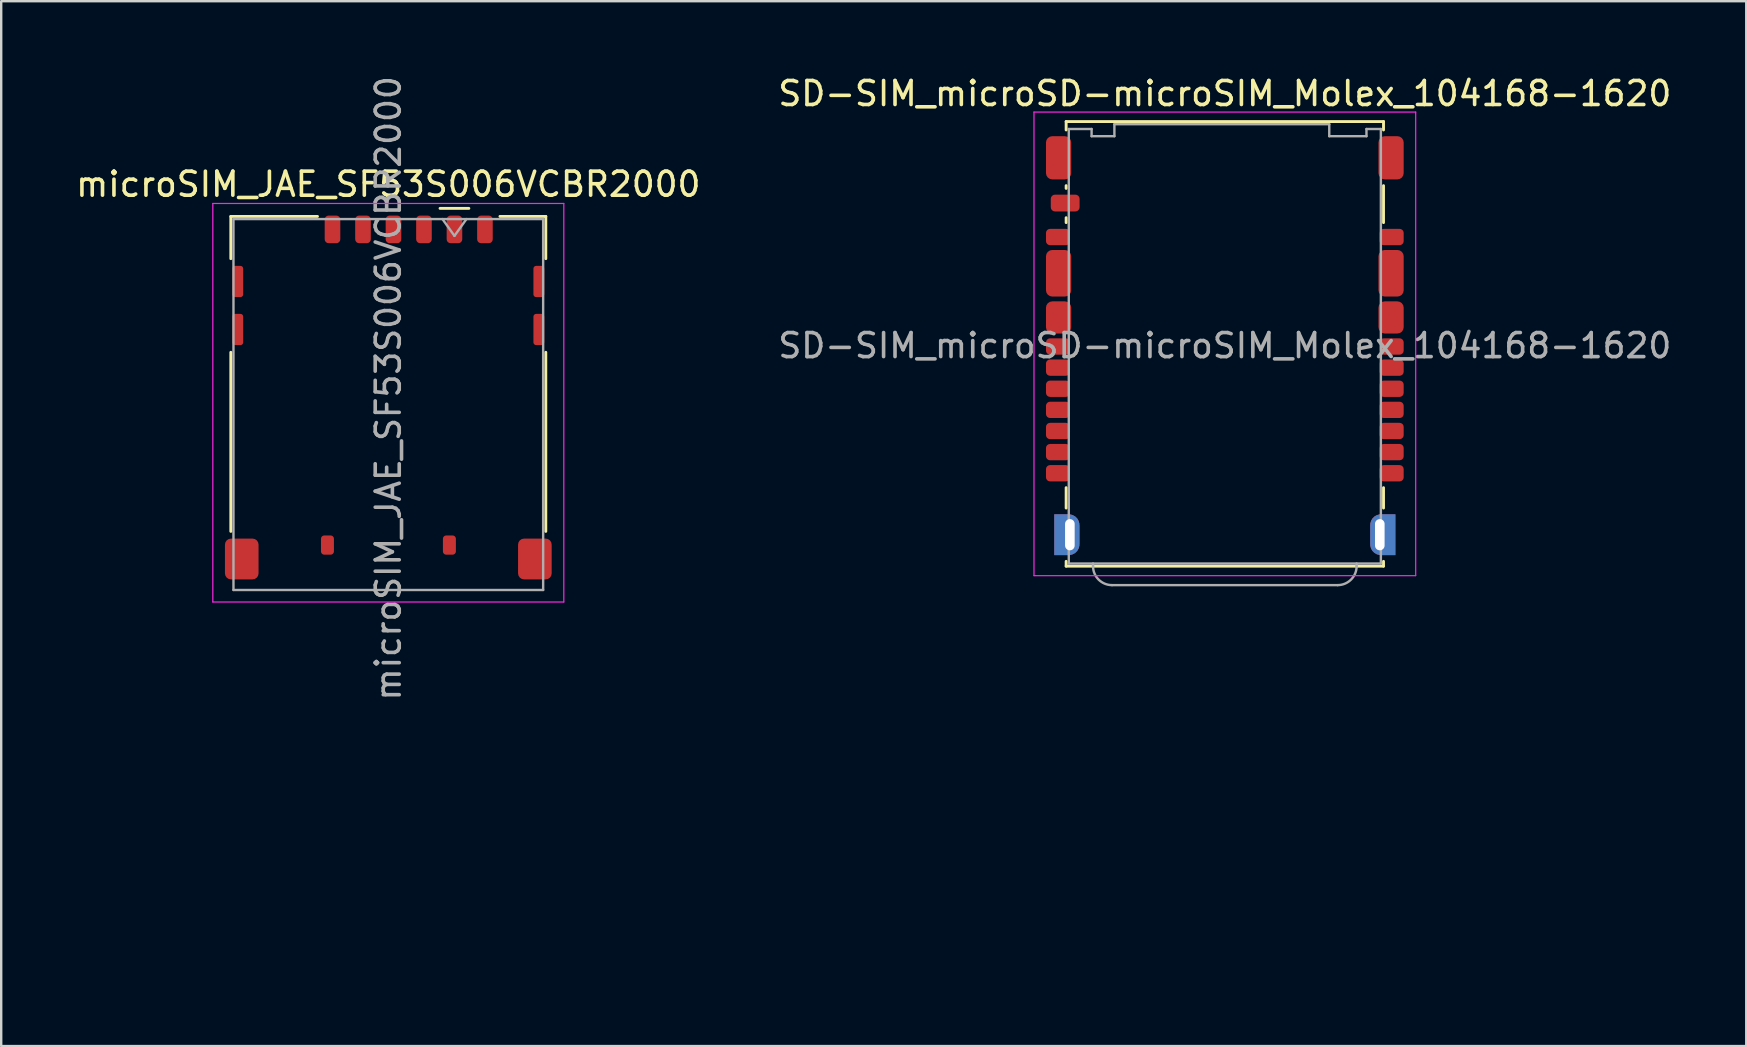
<source format=kicad_pcb>
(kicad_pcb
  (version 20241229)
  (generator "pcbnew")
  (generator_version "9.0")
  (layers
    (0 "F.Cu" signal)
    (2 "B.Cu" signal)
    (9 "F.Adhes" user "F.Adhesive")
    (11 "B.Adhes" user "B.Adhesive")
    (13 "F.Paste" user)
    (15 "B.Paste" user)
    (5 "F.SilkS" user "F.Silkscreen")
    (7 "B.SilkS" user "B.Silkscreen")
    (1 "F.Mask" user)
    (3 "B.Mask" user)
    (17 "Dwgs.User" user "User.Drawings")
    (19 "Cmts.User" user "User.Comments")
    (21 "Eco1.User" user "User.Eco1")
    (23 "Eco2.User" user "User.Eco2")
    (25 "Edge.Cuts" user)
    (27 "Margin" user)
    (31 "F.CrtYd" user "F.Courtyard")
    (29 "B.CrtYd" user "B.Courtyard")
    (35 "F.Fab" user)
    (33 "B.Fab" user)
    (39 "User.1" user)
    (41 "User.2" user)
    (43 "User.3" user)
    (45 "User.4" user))
  (footprint "SD-SIM_microSD-microSIM_Molex_104168-1620"
    (layer "F.Cu")
    (at 47.97 11.348)
    (property "Reference" "SD-SIM_microSD-microSIM_Molex_104168-1620" (at 0 -10.5 0) (layer "F.SilkS") (effects (font (size 1 1) (thickness 0.15))))
    (attr smd)
    (fp_line (start -6.61 -9.335) (end 6.61 -9.335) (stroke (width 0.12) (type solid)) (layer "F.SilkS"))
    (fp_line (start -6.61 -8.985) (end -6.61 -9.335) (stroke (width 0.12) (type solid)) (layer "F.SilkS"))
    (fp_line (start -6.61 -6.665) (end -6.61 -6.55) (stroke (width 0.12) (type solid)) (layer "F.SilkS"))
    (fp_line (start -6.61 -5.33) (end -6.61 -5.125) (stroke (width 0.12) (type solid)) (layer "F.SilkS"))
    (fp_line (start -6.61 5.915) (end -6.61 6.765) (stroke (width 0.12) (type solid)) (layer "F.SilkS"))
    (fp_line (start -6.61 8.985) (end -6.61 9.185) (stroke (width 0.12) (type solid)) (layer "F.SilkS"))
    (fp_line (start -6.61 9.185) (end 6.61 9.185) (stroke (width 0.12) (type solid)) (layer "F.SilkS"))
    (fp_line (start 6.61 -8.985) (end 6.61 -9.335) (stroke (width 0.12) (type solid)) (layer "F.SilkS"))
    (fp_line (start 6.61 -6.665) (end 6.61 -5.125) (stroke (width 0.12) (type solid)) (layer "F.SilkS"))
    (fp_line (start 6.61 5.915) (end 6.61 6.765) (stroke (width 0.12) (type solid)) (layer "F.SilkS"))
    (fp_line (start 6.61 8.985) (end 6.61 9.185) (stroke (width 0.12) (type solid)) (layer "F.SilkS"))
    (fp_line (start -7.95 -9.73) (end -7.95 9.58) (stroke (width 0.05) (type solid)) (layer "F.CrtYd"))
    (fp_line (start -7.95 -9.73) (end 7.95 -9.73) (stroke (width 0.05) (type solid)) (layer "F.CrtYd"))
    (fp_line (start -7.95 9.58) (end 7.95 9.58) (stroke (width 0.05) (type solid)) (layer "F.CrtYd"))
    (fp_line (start 7.95 -9.73) (end 7.95 9.58) (stroke (width 0.05) (type solid)) (layer "F.CrtYd"))
    (fp_line (start -6.5 -9.025) (end -6.5 9.075) (stroke (width 0.1) (type solid)) (layer "F.Fab"))
    (fp_line (start -6.5 -9.025) (end -5.55 -9.025) (stroke (width 0.1) (type solid)) (layer "F.Fab"))
    (fp_line (start -6.5 9.075) (end 6.5 9.075) (stroke (width 0.1) (type solid)) (layer "F.Fab"))
    (fp_line (start -5.55 -9.025) (end -5.55 -8.725) (stroke (width 0.1) (type solid)) (layer "F.Fab"))
    (fp_line (start -5.55 -8.725) (end -4.6 -8.725) (stroke (width 0.1) (type solid)) (layer "F.Fab"))
    (fp_line (start -5.49 9.075) (end -5.49 9.185) (stroke (width 0.1) (type solid)) (layer "F.Fab"))
    (fp_line (start -4.7 9.975) (end 4.7 9.975) (stroke (width 0.1) (type solid)) (layer "F.Fab"))
    (fp_line (start -4.6 -9.225) (end -4.6 -8.725) (stroke (width 0.1) (type solid)) (layer "F.Fab"))
    (fp_line (start -4.6 -9.225) (end 4.35 -9.225) (stroke (width 0.1) (type solid)) (layer "F.Fab"))
    (fp_line (start 4.35 -9.225) (end 4.35 -8.725) (stroke (width 0.1) (type solid)) (layer "F.Fab"))
    (fp_line (start 4.35 -8.725) (end 5.9 -8.725) (stroke (width 0.1) (type solid)) (layer "F.Fab"))
    (fp_line (start 5.49 9.075) (end 5.49 9.185) (stroke (width 0.1) (type solid)) (layer "F.Fab"))
    (fp_line (start 5.9 -9.025) (end 5.9 -8.725) (stroke (width 0.1) (type solid)) (layer "F.Fab"))
    (fp_line (start 5.9 -9.025) (end 6.5 -9.025) (stroke (width 0.1) (type solid)) (layer "F.Fab"))
    (fp_line (start 6.5 -9.025) (end 6.5 9.075) (stroke (width 0.1) (type solid)) (layer "F.Fab"))
    (fp_arc (start -4.7 9.975) (mid -5.258614 9.743614) (end -5.49 9.185) (stroke (width 0.1) (type solid)) (layer "F.Fab"))
    (fp_arc (start 5.49 9.185) (mid 5.258614 9.743614) (end 4.7 9.975) (stroke (width 0.1) (type solid)) (layer "F.Fab"))
    (fp_text user "${REFERENCE}" (at 0 0 0) (layer "F.Fab") (effects (font (size 1 1) (thickness 0.15))))
    (pad "C1" smd roundrect (at 6.95 -4.525) (size 1 0.68) (layers "F.Cu" "F.Mask" "F.Paste") (roundrect_rratio 0.25))
    (pad "C2" smd roundrect (at 6.95 0.035) (size 1 0.68) (layers "F.Cu" "F.Mask" "F.Paste") (roundrect_rratio 0.25))
    (pad "C3" smd roundrect (at 6.95 0.915) (size 1 0.68) (layers "F.Cu" "F.Mask" "F.Paste") (roundrect_rratio 0.25))
    (pad "C4" smd roundrect (at 6.95 2.675) (size 1 0.68) (layers "F.Cu" "F.Mask" "F.Paste") (roundrect_rratio 0.25))
    (pad "C5" smd roundrect (at -6.95 2.675) (size 1 0.68) (layers "F.Cu" "F.Mask" "F.Paste") (roundrect_rratio 0.25))
    (pad "C6" smd roundrect (at -6.95 0.915) (size 1 0.68) (layers "F.Cu" "F.Mask" "F.Paste") (roundrect_rratio 0.25))
    (pad "C7" smd roundrect (at -6.95 0.035) (size 1 0.68) (layers "F.Cu" "F.Mask" "F.Paste") (roundrect_rratio 0.25))
    (pad "C8" smd roundrect (at -6.95 -4.525) (size 1 0.68) (layers "F.Cu" "F.Mask" "F.Paste") (roundrect_rratio 0.25))
    (pad "S1" smd roundrect (at 6.95 5.315) (size 1 0.68) (layers "F.Cu" "F.Mask" "F.Paste") (roundrect_rratio 0.25))
    (pad "S2" smd roundrect (at 6.95 4.435) (size 1 0.68) (layers "F.Cu" "F.Mask" "F.Paste") (roundrect_rratio 0.25))
    (pad "S3" smd roundrect (at -6.95 4.435) (size 1 0.68) (layers "F.Cu" "F.Mask" "F.Paste") (roundrect_rratio 0.25))
    (pad "S4" smd roundrect (at -6.95 5.315) (size 1 0.68) (layers "F.Cu" "F.Mask" "F.Paste") (roundrect_rratio 0.25))
    (pad "S5" smd roundrect (at 6.95 1.795) (size 1 0.68) (layers "F.Cu" "F.Mask" "F.Paste") (roundrect_rratio 0.25))
    (pad "S6" smd roundrect (at 6.95 3.555) (size 1 0.68) (layers "F.Cu" "F.Mask" "F.Paste") (roundrect_rratio 0.25))
    (pad "S7" smd roundrect (at -6.95 3.555) (size 1 0.68) (layers "F.Cu" "F.Mask" "F.Paste") (roundrect_rratio 0.25))
    (pad "S8" smd roundrect (at -6.95 1.795) (size 1 0.68) (layers "F.Cu" "F.Mask" "F.Paste") (roundrect_rratio 0.25))
    (pad "SH" smd roundrect (at -6.925 -7.825) (size 1.05 1.8) (layers "F.Cu" "F.Mask" "F.Paste") (roundrect_rratio 0.25))
    (pad "SH" smd roundrect (at -6.925 -3.015) (size 1.05 1.94) (layers "F.Cu" "F.Mask" "F.Paste") (roundrect_rratio 0.25))
    (pad "SH" smd roundrect (at -6.925 -1.175) (size 1.05 1.34) (layers "F.Cu" "F.Mask" "F.Paste") (roundrect_rratio 0.25))
    (pad "SH" thru_hole custom (at -6.455 7.875) (size 0.5 1.4) (drill oval 0.4 1.3) (layers "*.Cu" "*.Mask" "F.Paste") (options (anchor rect)) (primitives (gr_poly (pts (xy 0.4 -0.4) (xy 0 -0.4) (xy 0 -0.85) (xy -0.65 -0.85) (xy -0.65 0.85) (xy 0 0.85) (xy 0 0.4) (xy 0.4 0.4)) (width 0) (fill yes)) (gr_circle (center -0.05 0.4) (end 0.4 0.4) (width 0) (fill yes)) (gr_circle (center -0.05 -0.4) (end 0.4 -0.4) (width 0) (fill yes))))
    (pad "SH" thru_hole custom (at 6.455 7.875) (size 0.5 1.4) (drill oval 0.4 1.3) (layers "*.Cu" "*.Mask" "F.Paste") (options (anchor rect)) (primitives (gr_poly (pts (xy -0.4 -0.4) (xy 0 -0.4) (xy 0 -0.85) (xy 0.65 -0.85) (xy 0.65 0.85) (xy 0 0.85) (xy 0 0.4) (xy -0.4 0.4)) (width 0) (fill yes)) (gr_circle (center 0.05 0.4) (end 0.5 0.4) (width 0) (fill yes)) (gr_circle (center 0.05 -0.4) (end 0.5 -0.4) (width 0) (fill yes))))
    (pad "SH" smd roundrect (at 6.925 -7.825) (size 1.05 1.8) (layers "F.Cu" "F.Mask" "F.Paste") (roundrect_rratio 0.25))
    (pad "SH" smd roundrect (at 6.925 -3.015) (size 1.05 1.94) (layers "F.Cu" "F.Mask" "F.Paste") (roundrect_rratio 0.25))
    (pad "SH" smd roundrect (at 6.925 -1.175) (size 1.05 1.34) (layers "F.Cu" "F.Mask" "F.Paste") (roundrect_rratio 0.25))
    (pad "SW" smd roundrect (at -6.65 -5.94) (size 1.2 0.7) (layers "F.Cu" "F.Mask" "F.Paste") (roundrect_rratio 0.25))
    (zone (net_name "") (layer "F.Cu") (hatch edge 0.5) (connect_pads) (min_thickness 0.25) (filled_areas_thickness no) (keepout (tracks not_allowed) (vias not_allowed) (pads not_allowed) (copperpour not_allowed) (footprints allowed)) (placement (enabled no)) (fill) (polygon (pts (xy 41.98 2.623) (xy 53.96 2.623) (xy 53.96 20.313) (xy 41.98 20.313)))))
  (footprint "microSIM_JAE_SF53S006VCBR2000"
    (layer "F.Cu")
    (at 13.125 13.125)
    (property "Reference" "microSIM_JAE_SF53S006VCBR2000" (at 0 -8.5 0) (layer "F.SilkS") (effects (font (size 1 1) (thickness 0.15))))
    (attr smd)
    (fp_line (start -6.56 -7.16) (end -2.95 -7.16) (stroke (width 0.12) (type solid)) (layer "F.SilkS"))
    (fp_line (start -6.56 -5.4) (end -6.56 -7.16) (stroke (width 0.12) (type solid)) (layer "F.SilkS"))
    (fp_line (start -6.56 5.96) (end -6.56 -1.5) (stroke (width 0.12) (type solid)) (layer "F.SilkS"))
    (fp_line (start 3.355 -7.495) (end 2.155 -7.495) (stroke (width 0.12) (type solid)) (layer "F.SilkS"))
    (fp_line (start 4.65 -7.16) (end 6.56 -7.16) (stroke (width 0.12) (type solid)) (layer "F.SilkS"))
    (fp_line (start 6.56 -5.4) (end 6.56 -7.16) (stroke (width 0.12) (type solid)) (layer "F.SilkS"))
    (fp_line (start 6.56 5.96) (end 6.56 -1.5) (stroke (width 0.12) (type solid)) (layer "F.SilkS"))
    (fp_line (start -7.31 -7.7) (end -7.31 8.9) (stroke (width 0.05) (type solid)) (layer "F.CrtYd"))
    (fp_line (start -7.31 -7.7) (end 7.31 -7.7) (stroke (width 0.05) (type solid)) (layer "F.CrtYd"))
    (fp_line (start -7.31 8.9) (end 7.31 8.9) (stroke (width 0.05) (type solid)) (layer "F.CrtYd"))
    (fp_line (start 7.31 -7.7) (end 7.31 8.9) (stroke (width 0.05) (type solid)) (layer "F.CrtYd"))
    (fp_line (start -6.45 -7.05) (end -6.45 8.4) (stroke (width 0.1) (type solid)) (layer "F.Fab"))
    (fp_line (start -6.45 -7.05) (end 6.45 -7.05) (stroke (width 0.1) (type solid)) (layer "F.Fab"))
    (fp_line (start -6.45 8.4) (end 6.45 8.4) (stroke (width 0.1) (type solid)) (layer "F.Fab"))
    (fp_line (start 2.755 -6.35) (end 2.255 -7.05) (stroke (width 0.1) (type solid)) (layer "F.Fab"))
    (fp_line (start 3.255 -7.05) (end 2.755 -6.35) (stroke (width 0.1) (type solid)) (layer "F.Fab"))
    (fp_line (start 6.45 -7.05) (end 6.45 8.4) (stroke (width 0.1) (type solid)) (layer "F.Fab"))
    (fp_text user "${REFERENCE}" (at 0 0 270) (layer "F.Fab") (effects (font (size 1 1) (thickness 0.15))))
    (pad "1" smd roundrect (at 2.755 -6.62) (size 0.65 1.15) (layers "F.Cu" "F.Mask" "F.Paste") (roundrect_rratio 0.25))
    (pad "2" smd roundrect (at 0.215 -6.62) (size 0.65 1.15) (layers "F.Cu" "F.Mask" "F.Paste") (roundrect_rratio 0.25))
    (pad "3" smd roundrect (at -2.325 -6.62) (size 0.65 1.15) (layers "F.Cu" "F.Mask" "F.Paste") (roundrect_rratio 0.25))
    (pad "5" smd roundrect (at 4.025 -6.62) (size 0.65 1.15) (layers "F.Cu" "F.Mask" "F.Paste") (roundrect_rratio 0.25))
    (pad "6" smd roundrect (at 1.485 -6.62) (size 0.65 1.15) (layers "F.Cu" "F.Mask" "F.Paste") (roundrect_rratio 0.25))
    (pad "7" smd roundrect (at -1.055 -6.62) (size 0.65 1.15) (layers "F.Cu" "F.Mask" "F.Paste") (roundrect_rratio 0.25))
    (pad "SH" smd roundrect (at -6.27 -4.45) (size 0.45 1.3) (layers "F.Cu" "F.Mask" "F.Paste") (roundrect_rratio 0.25))
    (pad "SH" smd roundrect (at -6.27 -2.45) (size 0.45 1.3) (layers "F.Cu" "F.Mask" "F.Paste") (roundrect_rratio 0.25))
    (pad "SH" smd roundrect (at -6.105 7.11) (size 1.4 1.7) (layers "F.Cu" "F.Mask" "F.Paste") (roundrect_rratio 0.179))
    (pad "SH" smd roundrect (at -2.535 6.53) (size 0.54 0.8) (layers "F.Cu" "F.Mask" "F.Paste") (roundrect_rratio 0.25))
    (pad "SH" smd roundrect (at 2.545 6.53) (size 0.54 0.8) (layers "F.Cu" "F.Mask" "F.Paste") (roundrect_rratio 0.25))
    (pad "SH" smd roundrect (at 6.105 7.11) (size 1.4 1.7) (layers "F.Cu" "F.Mask" "F.Paste") (roundrect_rratio 0.179))
    (pad "SH" smd roundrect (at 6.27 -4.45) (size 0.45 1.3) (layers "F.Cu" "F.Mask" "F.Paste") (roundrect_rratio 0.25))
    (pad "SH" smd roundrect (at 6.27 -2.45) (size 0.45 1.3) (layers "F.Cu" "F.Mask" "F.Paste") (roundrect_rratio 0.25))
    (zone (net_name "") (layer "F.Cu") (hatch edge 0.5) (connect_pads) (min_thickness 0.25) (filled_areas_thickness no) (keepout (tracks allowed) (vias allowed) (pads allowed) (copperpour allowed) (footprints not_allowed)) (placement (enabled no)) (fill) (polygon (pts (xy 7.125 22.525) (xy 19.125 22.525) (xy 19.125 37.525) (xy 7.125 37.525))))
    (zone (net_name "") (layer "F.Cu") (hatch edge 0.5) (connect_pads) (min_thickness 0.25) (filled_areas_thickness no) (keepout (tracks not_allowed) (vias not_allowed) (pads not_allowed) (copperpour not_allowed) (footprints allowed)) (placement (enabled no)) (fill) (polygon (pts (xy 11.305 10.035) (xy 12.415 10.035) (xy 12.415 10.725) (xy 11.305 10.725))))
    (zone (net_name "") (layer "F.Cu") (hatch edge 0.5) (connect_pads) (min_thickness 0.25) (filled_areas_thickness no) (keepout (tracks not_allowed) (vias not_allowed) (pads not_allowed) (copperpour not_allowed) (footprints allowed)) (placement (enabled no)) (fill) (polygon (pts (xy 11.305 17.675) (xy 12.415 17.675) (xy 12.415 18.365) (xy 11.305 18.365))))
    (zone (net_name "") (layer "F.Cu") (hatch edge 0.5) (connect_pads) (min_thickness 0.25) (filled_areas_thickness no) (keepout (tracks not_allowed) (vias not_allowed) (pads not_allowed) (copperpour not_allowed) (footprints allowed)) (placement (enabled no)) (fill) (polygon (pts (xy 13.835 10.025) (xy 14.945 10.025) (xy 14.945 10.715) (xy 13.835 10.715))))
    (zone (net_name "") (layer "F.Cu") (hatch edge 0.5) (connect_pads) (min_thickness 0.25) (filled_areas_thickness no) (keepout (tracks not_allowed) (vias not_allowed) (pads not_allowed) (copperpour not_allowed) (footprints allowed)) (placement (enabled no)) (fill) (polygon (pts (xy 13.845 17.675) (xy 14.955 17.675) (xy 14.955 18.365) (xy 13.845 18.365))))
    (zone (net_name "") (layer "F.Cu") (hatch edge 0.5) (connect_pads) (min_thickness 0.25) (filled_areas_thickness no) (keepout (tracks not_allowed) (vias not_allowed) (pads not_allowed) (copperpour not_allowed) (footprints allowed)) (placement (enabled no)) (fill) (polygon (pts (xy 16.385 10.025) (xy 17.495 10.025) (xy 17.495 10.715) (xy 16.385 10.715))))
    (zone (net_name "") (layer "F.Cu") (hatch edge 0.5) (connect_pads) (min_thickness 0.25) (filled_areas_thickness no) (keepout (tracks not_allowed) (vias not_allowed) (pads not_allowed) (copperpour not_allowed) (footprints allowed)) (placement (enabled no)) (fill) (polygon (pts (xy 16.385 17.675) (xy 17.495 17.675) (xy 17.495 18.365) (xy 16.385 18.365)))))
  (gr_rect
    (start -3 -3)
    (end 69.69 40.525)
    (stroke (width 0.1) (type default))
    (fill no)
    (layer "Edge.Cuts")))
</source>
